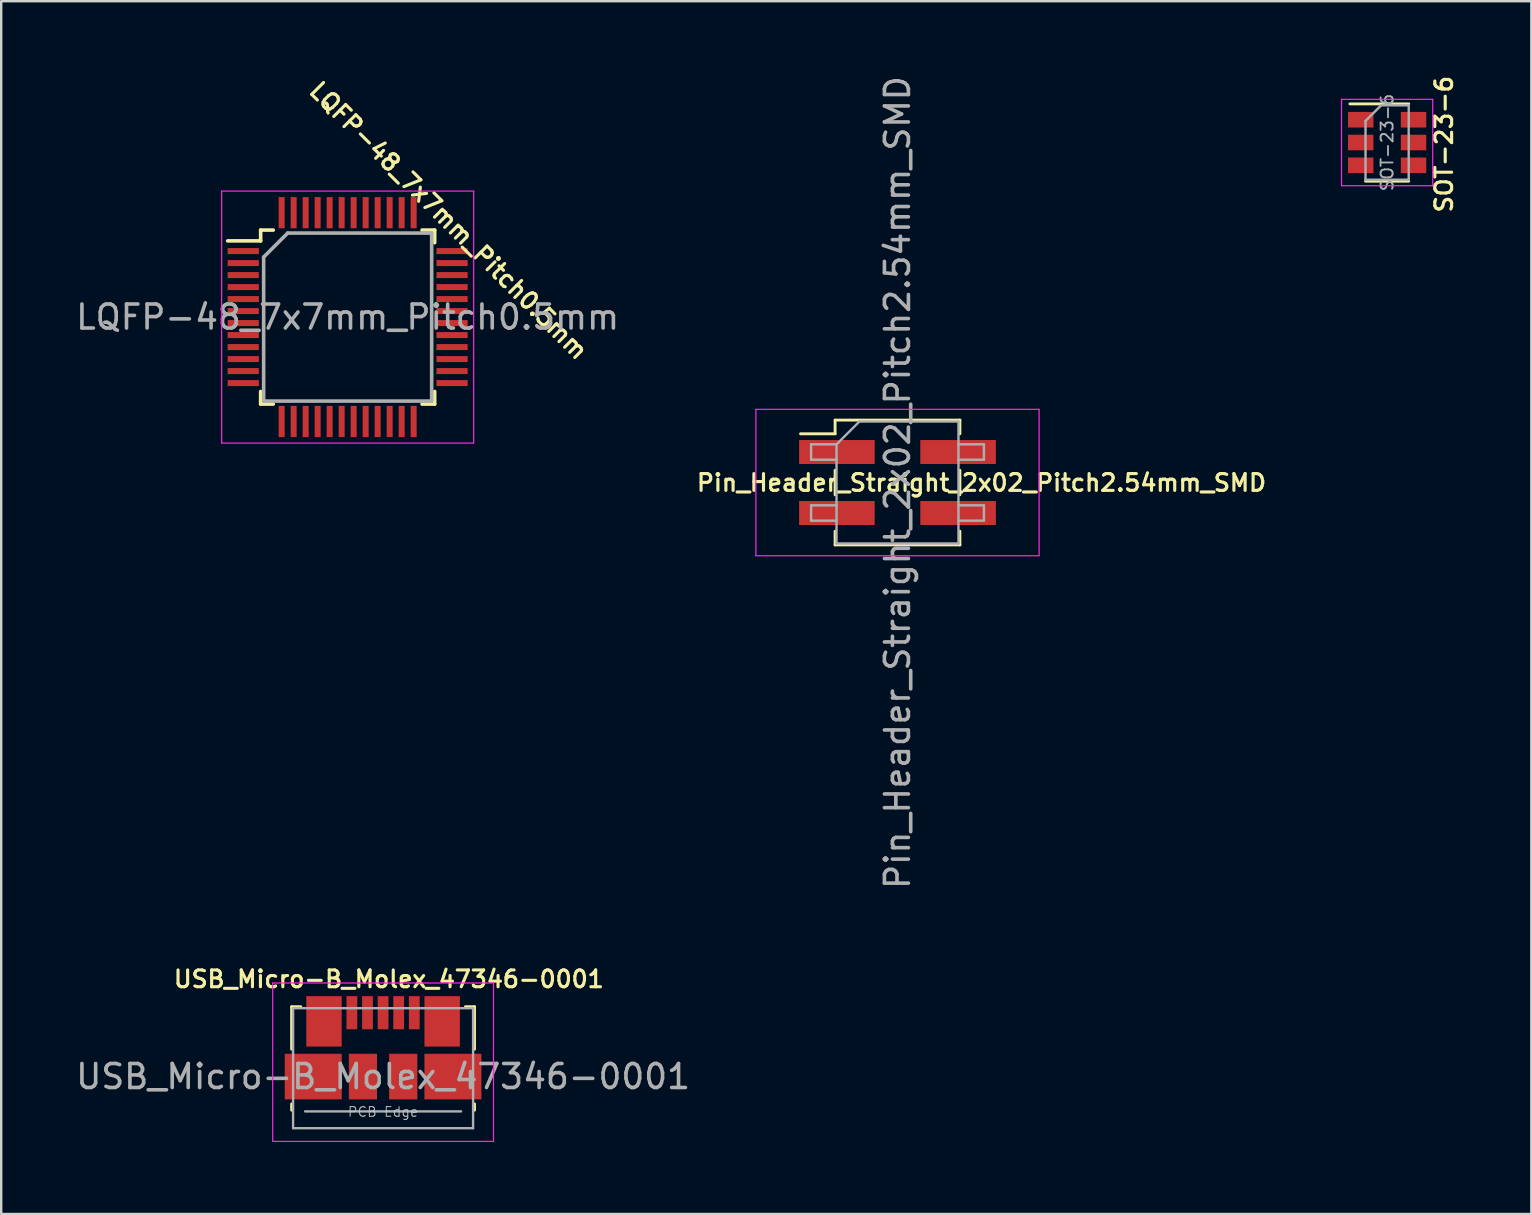
<source format=kicad_pcb>
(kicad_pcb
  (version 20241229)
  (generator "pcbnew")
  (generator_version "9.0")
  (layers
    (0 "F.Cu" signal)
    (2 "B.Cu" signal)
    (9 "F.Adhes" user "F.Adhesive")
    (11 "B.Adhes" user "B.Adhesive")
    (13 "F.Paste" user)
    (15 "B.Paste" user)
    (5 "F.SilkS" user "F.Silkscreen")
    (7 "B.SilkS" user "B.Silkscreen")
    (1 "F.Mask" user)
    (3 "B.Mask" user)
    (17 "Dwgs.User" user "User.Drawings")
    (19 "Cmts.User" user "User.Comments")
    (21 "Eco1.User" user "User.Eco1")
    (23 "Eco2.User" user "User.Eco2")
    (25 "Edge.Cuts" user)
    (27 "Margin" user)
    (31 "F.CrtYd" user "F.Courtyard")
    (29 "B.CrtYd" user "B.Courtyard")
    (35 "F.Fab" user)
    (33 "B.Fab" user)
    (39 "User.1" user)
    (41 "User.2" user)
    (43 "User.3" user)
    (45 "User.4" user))
  (footprint "LQFP-48_7x7mm_Pitch0.5mm"
    (layer "F.Cu")
    (at 11.435 10.161)
    (property "Reference" "LQFP-48_7x7mm_Pitch0.5mm" (at 4.207 -4.023 135) (layer "F.SilkS") (effects (font (size 0.7 0.7) (thickness 0.13))))
    (attr smd)
    (fp_line (start -3.625 -3.625) (end -3.625 -3.175) (stroke (width 0.15) (type solid)) (layer "F.SilkS"))
    (fp_line (start -3.625 -3.625) (end -3.1 -3.625) (stroke (width 0.15) (type solid)) (layer "F.SilkS"))
    (fp_line (start -3.625 -3.175) (end -5 -3.175) (stroke (width 0.15) (type solid)) (layer "F.SilkS"))
    (fp_line (start -3.625 3.625) (end -3.625 3.1) (stroke (width 0.15) (type solid)) (layer "F.SilkS"))
    (fp_line (start -3.625 3.625) (end -3.1 3.625) (stroke (width 0.15) (type solid)) (layer "F.SilkS"))
    (fp_line (start 3.625 -3.625) (end 3.1 -3.625) (stroke (width 0.15) (type solid)) (layer "F.SilkS"))
    (fp_line (start 3.625 -3.625) (end 3.625 -3.1) (stroke (width 0.15) (type solid)) (layer "F.SilkS"))
    (fp_line (start 3.625 3.625) (end 3.1 3.625) (stroke (width 0.15) (type solid)) (layer "F.SilkS"))
    (fp_line (start 3.625 3.625) (end 3.625 3.1) (stroke (width 0.15) (type solid)) (layer "F.SilkS"))
    (fp_line (start -5.25 -5.25) (end -5.25 5.25) (stroke (width 0.05) (type solid)) (layer "F.CrtYd"))
    (fp_line (start -5.25 -5.25) (end 5.25 -5.25) (stroke (width 0.05) (type solid)) (layer "F.CrtYd"))
    (fp_line (start -5.25 5.25) (end 5.25 5.25) (stroke (width 0.05) (type solid)) (layer "F.CrtYd"))
    (fp_line (start 5.25 -5.25) (end 5.25 5.25) (stroke (width 0.05) (type solid)) (layer "F.CrtYd"))
    (fp_line (start -3.5 -2.5) (end -2.5 -3.5) (stroke (width 0.15) (type solid)) (layer "F.Fab"))
    (fp_line (start -3.5 3.5) (end -3.5 -2.5) (stroke (width 0.15) (type solid)) (layer "F.Fab"))
    (fp_line (start -2.5 -3.5) (end 3.5 -3.5) (stroke (width 0.15) (type solid)) (layer "F.Fab"))
    (fp_line (start 3.5 -3.5) (end 3.5 3.5) (stroke (width 0.15) (type solid)) (layer "F.Fab"))
    (fp_line (start 3.5 3.5) (end -3.5 3.5) (stroke (width 0.15) (type solid)) (layer "F.Fab"))
    (fp_text user "${REFERENCE}" (at 0 0 0) (layer "F.Fab") (effects (font (size 1 1) (thickness 0.15))))
    (pad "1" smd rect (at -4.35 -2.75) (size 1.3 0.25) (layers "F.Cu" "F.Mask" "F.Paste"))
    (pad "2" smd rect (at -4.35 -2.25) (size 1.3 0.25) (layers "F.Cu" "F.Mask" "F.Paste"))
    (pad "3" smd rect (at -4.35 -1.75) (size 1.3 0.25) (layers "F.Cu" "F.Mask" "F.Paste"))
    (pad "4" smd rect (at -4.35 -1.25) (size 1.3 0.25) (layers "F.Cu" "F.Mask" "F.Paste"))
    (pad "5" smd rect (at -4.35 -0.75) (size 1.3 0.25) (layers "F.Cu" "F.Mask" "F.Paste"))
    (pad "6" smd rect (at -4.35 -0.25) (size 1.3 0.25) (layers "F.Cu" "F.Mask" "F.Paste"))
    (pad "7" smd rect (at -4.35 0.25) (size 1.3 0.25) (layers "F.Cu" "F.Mask" "F.Paste"))
    (pad "8" smd rect (at -4.35 0.75) (size 1.3 0.25) (layers "F.Cu" "F.Mask" "F.Paste"))
    (pad "9" smd rect (at -4.35 1.25) (size 1.3 0.25) (layers "F.Cu" "F.Mask" "F.Paste"))
    (pad "10" smd rect (at -4.35 1.75) (size 1.3 0.25) (layers "F.Cu" "F.Mask" "F.Paste"))
    (pad "11" smd rect (at -4.35 2.25) (size 1.3 0.25) (layers "F.Cu" "F.Mask" "F.Paste"))
    (pad "12" smd rect (at -4.35 2.75) (size 1.3 0.25) (layers "F.Cu" "F.Mask" "F.Paste"))
    (pad "13" smd rect (at -2.75 4.35 90) (size 1.3 0.25) (layers "F.Cu" "F.Mask" "F.Paste"))
    (pad "14" smd rect (at -2.25 4.35 90) (size 1.3 0.25) (layers "F.Cu" "F.Mask" "F.Paste"))
    (pad "15" smd rect (at -1.75 4.35 90) (size 1.3 0.25) (layers "F.Cu" "F.Mask" "F.Paste"))
    (pad "16" smd rect (at -1.25 4.35 90) (size 1.3 0.25) (layers "F.Cu" "F.Mask" "F.Paste"))
    (pad "17" smd rect (at -0.75 4.35 90) (size 1.3 0.25) (layers "F.Cu" "F.Mask" "F.Paste"))
    (pad "18" smd rect (at -0.25 4.35 90) (size 1.3 0.25) (layers "F.Cu" "F.Mask" "F.Paste"))
    (pad "19" smd rect (at 0.25 4.35 90) (size 1.3 0.25) (layers "F.Cu" "F.Mask" "F.Paste"))
    (pad "20" smd rect (at 0.75 4.35 90) (size 1.3 0.25) (layers "F.Cu" "F.Mask" "F.Paste"))
    (pad "21" smd rect (at 1.25 4.35 90) (size 1.3 0.25) (layers "F.Cu" "F.Mask" "F.Paste"))
    (pad "22" smd rect (at 1.75 4.35 90) (size 1.3 0.25) (layers "F.Cu" "F.Mask" "F.Paste"))
    (pad "23" smd rect (at 2.25 4.35 90) (size 1.3 0.25) (layers "F.Cu" "F.Mask" "F.Paste"))
    (pad "24" smd rect (at 2.75 4.35 90) (size 1.3 0.25) (layers "F.Cu" "F.Mask" "F.Paste"))
    (pad "25" smd rect (at 4.35 2.75) (size 1.3 0.25) (layers "F.Cu" "F.Mask" "F.Paste"))
    (pad "26" smd rect (at 4.35 2.25) (size 1.3 0.25) (layers "F.Cu" "F.Mask" "F.Paste"))
    (pad "27" smd rect (at 4.35 1.75) (size 1.3 0.25) (layers "F.Cu" "F.Mask" "F.Paste"))
    (pad "28" smd rect (at 4.35 1.25) (size 1.3 0.25) (layers "F.Cu" "F.Mask" "F.Paste"))
    (pad "29" smd rect (at 4.35 0.75) (size 1.3 0.25) (layers "F.Cu" "F.Mask" "F.Paste"))
    (pad "30" smd rect (at 4.35 0.25) (size 1.3 0.25) (layers "F.Cu" "F.Mask" "F.Paste"))
    (pad "31" smd rect (at 4.35 -0.25) (size 1.3 0.25) (layers "F.Cu" "F.Mask" "F.Paste"))
    (pad "32" smd rect (at 4.35 -0.75) (size 1.3 0.25) (layers "F.Cu" "F.Mask" "F.Paste"))
    (pad "33" smd rect (at 4.35 -1.25) (size 1.3 0.25) (layers "F.Cu" "F.Mask" "F.Paste"))
    (pad "34" smd rect (at 4.35 -1.75) (size 1.3 0.25) (layers "F.Cu" "F.Mask" "F.Paste"))
    (pad "35" smd rect (at 4.35 -2.25) (size 1.3 0.25) (layers "F.Cu" "F.Mask" "F.Paste"))
    (pad "36" smd rect (at 4.35 -2.75) (size 1.3 0.25) (layers "F.Cu" "F.Mask" "F.Paste"))
    (pad "37" smd rect (at 2.75 -4.35 90) (size 1.3 0.25) (layers "F.Cu" "F.Mask" "F.Paste"))
    (pad "38" smd rect (at 2.25 -4.35 90) (size 1.3 0.25) (layers "F.Cu" "F.Mask" "F.Paste"))
    (pad "39" smd rect (at 1.75 -4.35 90) (size 1.3 0.25) (layers "F.Cu" "F.Mask" "F.Paste"))
    (pad "40" smd rect (at 1.25 -4.35 90) (size 1.3 0.25) (layers "F.Cu" "F.Mask" "F.Paste"))
    (pad "41" smd rect (at 0.75 -4.35 90) (size 1.3 0.25) (layers "F.Cu" "F.Mask" "F.Paste"))
    (pad "42" smd rect (at 0.25 -4.35 90) (size 1.3 0.25) (layers "F.Cu" "F.Mask" "F.Paste"))
    (pad "43" smd rect (at -0.25 -4.35 90) (size 1.3 0.25) (layers "F.Cu" "F.Mask" "F.Paste"))
    (pad "44" smd rect (at -0.75 -4.35 90) (size 1.3 0.25) (layers "F.Cu" "F.Mask" "F.Paste"))
    (pad "45" smd rect (at -1.25 -4.35 90) (size 1.3 0.25) (layers "F.Cu" "F.Mask" "F.Paste"))
    (pad "46" smd rect (at -1.75 -4.35 90) (size 1.3 0.25) (layers "F.Cu" "F.Mask" "F.Paste"))
    (pad "47" smd rect (at -2.25 -4.35 90) (size 1.3 0.25) (layers "F.Cu" "F.Mask" "F.Paste"))
    (pad "48" smd rect (at -2.75 -4.35 90) (size 1.3 0.25) (layers "F.Cu" "F.Mask" "F.Paste")))
  (footprint "SOT-23-6"
    (layer "F.Cu")
    (at 54.744 2.888)
    (property "Reference" "SOT-23-6" (at 2.37 0.07 90) (layer "F.SilkS") (effects (font (size 0.7 0.7) (thickness 0.13))))
    (attr smd)
    (fp_line (start -0.9 1.61) (end 0.9 1.61) (stroke (width 0.12) (type solid)) (layer "F.SilkS"))
    (fp_line (start 0.9 -1.61) (end -1.55 -1.61) (stroke (width 0.12) (type solid)) (layer "F.SilkS"))
    (fp_line (start -1.9 -1.8) (end -1.9 1.8) (stroke (width 0.05) (type solid)) (layer "F.CrtYd"))
    (fp_line (start -1.9 1.8) (end 1.9 1.8) (stroke (width 0.05) (type solid)) (layer "F.CrtYd"))
    (fp_line (start 1.9 -1.8) (end -1.9 -1.8) (stroke (width 0.05) (type solid)) (layer "F.CrtYd"))
    (fp_line (start 1.9 1.8) (end 1.9 -1.8) (stroke (width 0.05) (type solid)) (layer "F.CrtYd"))
    (fp_line (start -0.9 -0.9) (end -0.9 1.55) (stroke (width 0.1) (type solid)) (layer "F.Fab"))
    (fp_line (start -0.9 -0.9) (end -0.25 -1.55) (stroke (width 0.1) (type solid)) (layer "F.Fab"))
    (fp_line (start 0.9 -1.55) (end -0.25 -1.55) (stroke (width 0.1) (type solid)) (layer "F.Fab"))
    (fp_line (start 0.9 -1.55) (end 0.9 1.55) (stroke (width 0.1) (type solid)) (layer "F.Fab"))
    (fp_line (start 0.9 1.55) (end -0.9 1.55) (stroke (width 0.1) (type solid)) (layer "F.Fab"))
    (fp_text user "${REFERENCE}" (at 0 0 90) (layer "F.Fab") (effects (font (size 0.5 0.5) (thickness 0.075))))
    (pad "1" smd rect (at -1.1 -0.95) (size 1.06 0.65) (layers "F.Cu" "F.Mask" "F.Paste"))
    (pad "2" smd rect (at -1.1 0) (size 1.06 0.65) (layers "F.Cu" "F.Mask" "F.Paste"))
    (pad "3" smd rect (at -1.1 0.95) (size 1.06 0.65) (layers "F.Cu" "F.Mask" "F.Paste"))
    (pad "4" smd rect (at 1.1 0.95) (size 1.06 0.65) (layers "F.Cu" "F.Mask" "F.Paste"))
    (pad "5" smd rect (at 1.1 0) (size 1.06 0.65) (layers "F.Cu" "F.Mask" "F.Paste"))
    (pad "6" smd rect (at 1.1 -0.95) (size 1.06 0.65) (layers "F.Cu" "F.Mask" "F.Paste")))
  (footprint "Pin_Header_Straight_2x02_Pitch2.54mm_SMD"
    (layer "F.Cu")
    (at 34.344 17.054)
    (property "Reference" "Pin_Header_Straight_2x02_Pitch2.54mm_SMD" (at 3.5 0.01 0) (layer "F.SilkS") (effects (font (size 0.7 0.7) (thickness 0.13))))
    (attr smd)
    (fp_line (start -4.04 -2.03) (end -2.6 -2.03) (stroke (width 0.12) (type solid)) (layer "F.SilkS"))
    (fp_line (start -2.6 -2.6) (end -2.6 -2.03) (stroke (width 0.12) (type solid)) (layer "F.SilkS"))
    (fp_line (start -2.6 -2.6) (end 2.6 -2.6) (stroke (width 0.12) (type solid)) (layer "F.SilkS"))
    (fp_line (start -2.6 -0.51) (end -2.6 0.51) (stroke (width 0.12) (type solid)) (layer "F.SilkS"))
    (fp_line (start -2.6 2.03) (end -2.6 2.6) (stroke (width 0.12) (type solid)) (layer "F.SilkS"))
    (fp_line (start -2.6 2.6) (end 2.6 2.6) (stroke (width 0.12) (type solid)) (layer "F.SilkS"))
    (fp_line (start 2.6 -2.6) (end 2.6 -2.03) (stroke (width 0.12) (type solid)) (layer "F.SilkS"))
    (fp_line (start 2.6 -0.51) (end 2.6 0.51) (stroke (width 0.12) (type solid)) (layer "F.SilkS"))
    (fp_line (start 2.6 2.03) (end 2.6 2.6) (stroke (width 0.12) (type solid)) (layer "F.SilkS"))
    (fp_line (start -5.9 -3.05) (end -5.9 3.05) (stroke (width 0.05) (type solid)) (layer "F.CrtYd"))
    (fp_line (start -5.9 3.05) (end 5.9 3.05) (stroke (width 0.05) (type solid)) (layer "F.CrtYd"))
    (fp_line (start 5.9 -3.05) (end -5.9 -3.05) (stroke (width 0.05) (type solid)) (layer "F.CrtYd"))
    (fp_line (start 5.9 3.05) (end 5.9 -3.05) (stroke (width 0.05) (type solid)) (layer "F.CrtYd"))
    (fp_line (start -3.6 -1.59) (end -3.6 -0.95) (stroke (width 0.1) (type solid)) (layer "F.Fab"))
    (fp_line (start -3.6 -0.95) (end -2.54 -0.95) (stroke (width 0.1) (type solid)) (layer "F.Fab"))
    (fp_line (start -3.6 0.95) (end -3.6 1.59) (stroke (width 0.1) (type solid)) (layer "F.Fab"))
    (fp_line (start -3.6 1.59) (end -2.54 1.59) (stroke (width 0.1) (type solid)) (layer "F.Fab"))
    (fp_line (start -2.54 -1.59) (end -3.6 -1.59) (stroke (width 0.1) (type solid)) (layer "F.Fab"))
    (fp_line (start -2.54 -1.59) (end -1.59 -2.54) (stroke (width 0.1) (type solid)) (layer "F.Fab"))
    (fp_line (start -2.54 0.95) (end -3.6 0.95) (stroke (width 0.1) (type solid)) (layer "F.Fab"))
    (fp_line (start -2.54 2.54) (end -2.54 -1.59) (stroke (width 0.1) (type solid)) (layer "F.Fab"))
    (fp_line (start -1.59 -2.54) (end 2.54 -2.54) (stroke (width 0.1) (type solid)) (layer "F.Fab"))
    (fp_line (start 2.54 -2.54) (end 2.54 2.54) (stroke (width 0.1) (type solid)) (layer "F.Fab"))
    (fp_line (start 2.54 -1.59) (end 3.6 -1.59) (stroke (width 0.1) (type solid)) (layer "F.Fab"))
    (fp_line (start 2.54 0.95) (end 3.6 0.95) (stroke (width 0.1) (type solid)) (layer "F.Fab"))
    (fp_line (start 2.54 2.54) (end -2.54 2.54) (stroke (width 0.1) (type solid)) (layer "F.Fab"))
    (fp_line (start 3.6 -1.59) (end 3.6 -0.95) (stroke (width 0.1) (type solid)) (layer "F.Fab"))
    (fp_line (start 3.6 -0.95) (end 2.54 -0.95) (stroke (width 0.1) (type solid)) (layer "F.Fab"))
    (fp_line (start 3.6 0.95) (end 3.6 1.59) (stroke (width 0.1) (type solid)) (layer "F.Fab"))
    (fp_line (start 3.6 1.59) (end 2.54 1.59) (stroke (width 0.1) (type solid)) (layer "F.Fab"))
    (fp_text user "${REFERENCE}" (at 0 0 90) (layer "F.Fab") (effects (font (size 1 1) (thickness 0.15))))
    (pad "1" smd rect (at -2.525 -1.27) (size 3.15 1) (layers "F.Cu" "F.Mask" "F.Paste"))
    (pad "2" smd rect (at 2.525 -1.27) (size 3.15 1) (layers "F.Cu" "F.Mask" "F.Paste"))
    (pad "3" smd rect (at -2.525 1.27) (size 3.15 1) (layers "F.Cu" "F.Mask" "F.Paste"))
    (pad "4" smd rect (at 2.525 1.27) (size 3.15 1) (layers "F.Cu" "F.Mask" "F.Paste")))
  (footprint "USB_Micro-B_Molex_47346-0001"
    (layer "F.Cu")
    (at 12.911 41.805)
    (property "Reference" "USB_Micro-B_Molex_47346-0001" (at 0.24 -4.06 180) (layer "F.SilkS") (effects (font (size 0.7 0.7) (thickness 0.13))))
    (attr smd)
    (fp_line (start -3.81 -2.91) (end -3.43 -2.91) (stroke (width 0.12) (type solid)) (layer "F.SilkS"))
    (fp_line (start -3.81 -1.14) (end -3.81 -2.91) (stroke (width 0.12) (type solid)) (layer "F.SilkS"))
    (fp_line (start -3.81 1.4) (end -3.81 1.14) (stroke (width 0.12) (type solid)) (layer "F.SilkS"))
    (fp_line (start 3.81 -2.91) (end 3.43 -2.91) (stroke (width 0.12) (type solid)) (layer "F.SilkS"))
    (fp_line (start 3.81 -2.91) (end 3.81 -1.14) (stroke (width 0.12) (type solid)) (layer "F.SilkS"))
    (fp_line (start 3.81 1.14) (end 3.81 1.4) (stroke (width 0.12) (type solid)) (layer "F.SilkS"))
    (fp_line (start -4.6 -3.9) (end 4.6 -3.9) (stroke (width 0.05) (type solid)) (layer "F.CrtYd"))
    (fp_line (start -4.6 2.7) (end -4.6 -3.9) (stroke (width 0.05) (type solid)) (layer "F.CrtYd"))
    (fp_line (start 4.6 -3.9) (end 4.6 2.7) (stroke (width 0.05) (type solid)) (layer "F.CrtYd"))
    (fp_line (start 4.6 2.7) (end -4.6 2.7) (stroke (width 0.05) (type solid)) (layer "F.CrtYd"))
    (fp_line (start -3.75 -2.85) (end 3.75 -2.85) (stroke (width 0.1) (type solid)) (layer "F.Fab"))
    (fp_line (start -3.75 2.15) (end -3.75 -2.85) (stroke (width 0.1) (type solid)) (layer "F.Fab"))
    (fp_line (start -3.25 1.45) (end 3.25 1.45) (stroke (width 0.1) (type solid)) (layer "F.Fab"))
    (fp_line (start 3.75 -2.85) (end 3.75 2.15) (stroke (width 0.1) (type solid)) (layer "F.Fab"))
    (fp_line (start 3.75 2.15) (end -3.75 2.15) (stroke (width 0.1) (type solid)) (layer "F.Fab"))
    (fp_text user "PCB Edge" (at 0 1.47 180) (layer "Dwgs.User") (effects (font (size 0.4 0.4) (thickness 0.04))))
    (fp_text user "${REFERENCE}" (at 0 0 0) (layer "F.Fab") (effects (font (size 1 1) (thickness 0.15))))
    (pad "1" smd rect (at -1.3 -2.66) (size 0.45 1.38) (layers "F.Cu" "F.Mask" "F.Paste"))
    (pad "2" smd rect (at -0.65 -2.66) (size 0.45 1.38) (layers "F.Cu" "F.Mask" "F.Paste"))
    (pad "3" smd rect (at 0 -2.66) (size 0.45 1.38) (layers "F.Cu" "F.Mask" "F.Paste"))
    (pad "4" smd rect (at 0.65 -2.66) (size 0.45 1.38) (layers "F.Cu" "F.Mask" "F.Paste"))
    (pad "5" smd rect (at 1.3 -2.66) (size 0.45 1.38) (layers "F.Cu" "F.Mask" "F.Paste"))
    (pad "6" smd rect (at -2.91 0) (size 2.375 1.9) (layers "F.Cu" "F.Mask" "F.Paste"))
    (pad "6" smd rect (at -2.462 -2.3) (size 1.475 2.1) (layers "F.Cu" "F.Mask" "F.Paste"))
    (pad "6" smd rect (at -0.84 0) (size 1.175 1.9) (layers "F.Cu" "F.Mask" "F.Paste"))
    (pad "6" smd rect (at 0.84 0) (size 1.175 1.9) (layers "F.Cu" "F.Mask" "F.Paste"))
    (pad "6" smd rect (at 2.462 -2.3) (size 1.475 2.1) (layers "F.Cu" "F.Mask" "F.Paste"))
    (pad "6" smd rect (at 2.91 0) (size 2.375 1.9) (layers "F.Cu" "F.Mask" "F.Paste")))
  (gr_rect
    (start -3 -3)
    (end 60.752 47.53)
    (stroke (width 0.1) (type default))
    (fill no)
    (layer "Edge.Cuts")))
</source>
